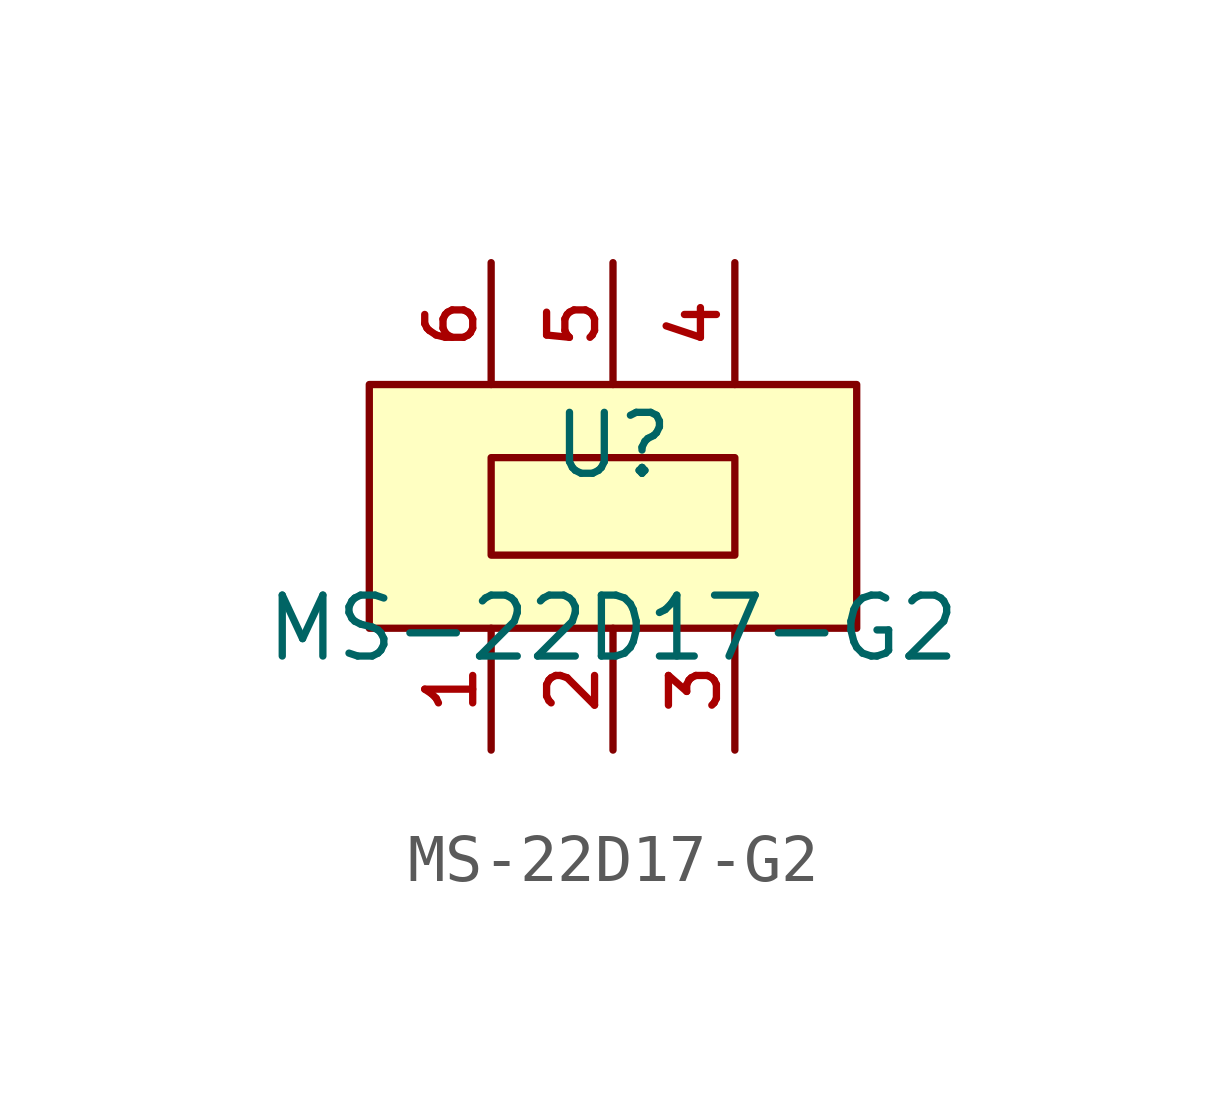
<source format=kicad_sym>
(kicad_symbol_lib
  (version 20210201)
  (generator TousstNicolas/JLC2KiCad_lib)
  (symbol "MS-22D17-G2"
    (pin_names hide)
    (property "Reference" "U"
      (at 0 1.27 0)
      (effects (font (size 1.27 1.27))))
    (property "Value" "MS-22D17-G2"
      (at 0 -2.54 0)
      (effects (font (size 1.27 1.27))))
    (symbol "MS-22D17-G2_0_1"
      (rectangle (start -5.08 2.54) (end 5.08 -2.54) (stroke (width 0) (type default) (color 0 0 0 0)) (fill (type background)))
      (pin unspecified line (at -2.54 -5.08 90) (length 2.54) (name "1" (effects (font (size 1 1)))) (number "1" (effects (font (size 1 1)))))
      (pin unspecified line (at 0.0 -5.08 90) (length 2.54) (name "2" (effects (font (size 1 1)))) (number "2" (effects (font (size 1 1)))))
      (pin unspecified line (at 2.54 -5.08 90) (length 2.54) (name "3" (effects (font (size 1 1)))) (number "3" (effects (font (size 1 1)))))
      (pin unspecified line (at 2.54 5.08 270) (length 2.54) (name "4" (effects (font (size 1 1)))) (number "4" (effects (font (size 1 1)))))
      (pin unspecified line (at 0.0 5.08 270) (length 2.54) (name "5" (effects (font (size 1 1)))) (number "5" (effects (font (size 1 1)))))
      (pin unspecified line (at -2.54 5.08 270) (length 2.54) (name "6" (effects (font (size 1 1)))) (number "6" (effects (font (size 1 1)))))
      (rectangle (start -2.54 1.016) (end 2.54 -1.016) (stroke (width 0) (type default) (color 0 0 0 0)) (fill (type background))))))
</source>
